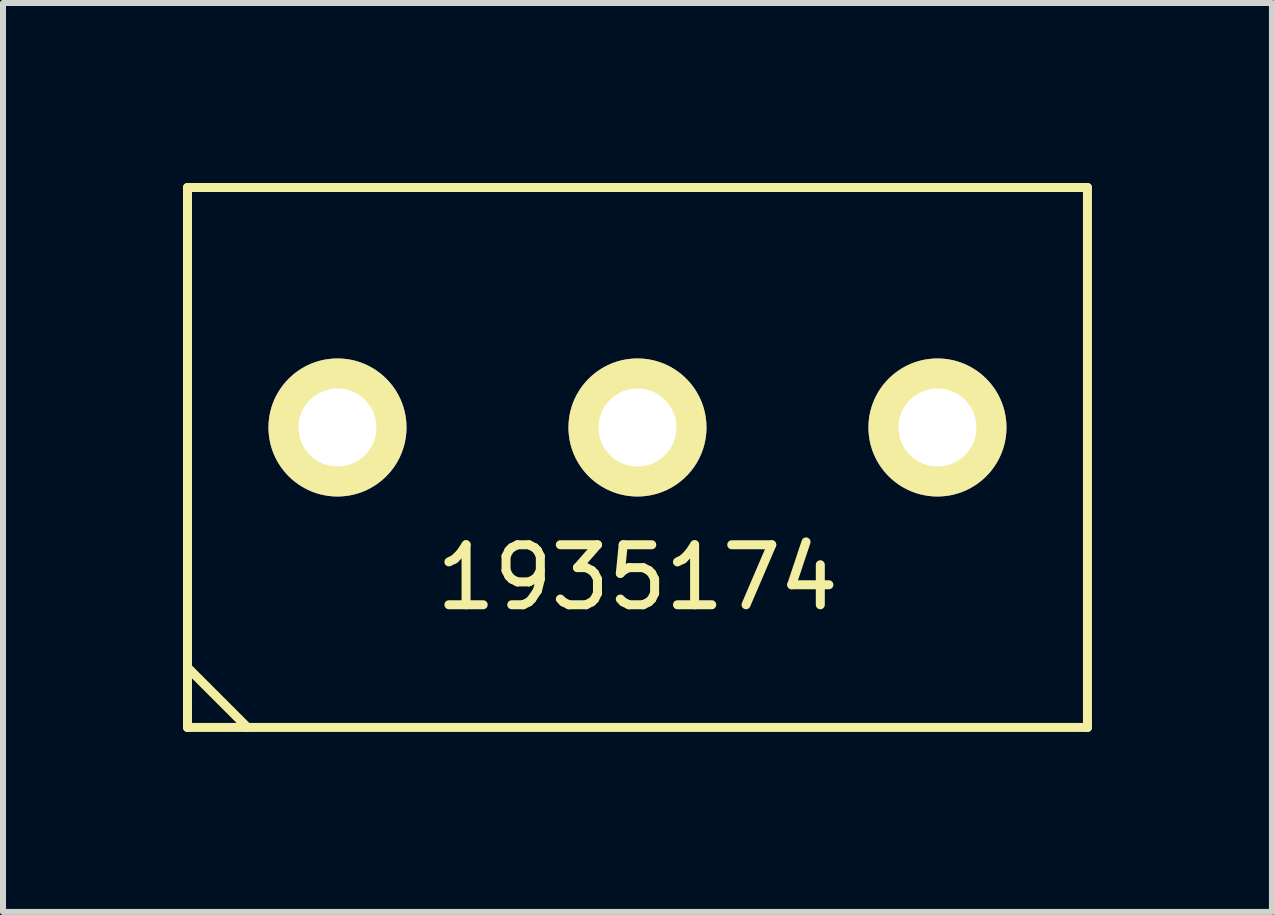
<source format=kicad_pcb>
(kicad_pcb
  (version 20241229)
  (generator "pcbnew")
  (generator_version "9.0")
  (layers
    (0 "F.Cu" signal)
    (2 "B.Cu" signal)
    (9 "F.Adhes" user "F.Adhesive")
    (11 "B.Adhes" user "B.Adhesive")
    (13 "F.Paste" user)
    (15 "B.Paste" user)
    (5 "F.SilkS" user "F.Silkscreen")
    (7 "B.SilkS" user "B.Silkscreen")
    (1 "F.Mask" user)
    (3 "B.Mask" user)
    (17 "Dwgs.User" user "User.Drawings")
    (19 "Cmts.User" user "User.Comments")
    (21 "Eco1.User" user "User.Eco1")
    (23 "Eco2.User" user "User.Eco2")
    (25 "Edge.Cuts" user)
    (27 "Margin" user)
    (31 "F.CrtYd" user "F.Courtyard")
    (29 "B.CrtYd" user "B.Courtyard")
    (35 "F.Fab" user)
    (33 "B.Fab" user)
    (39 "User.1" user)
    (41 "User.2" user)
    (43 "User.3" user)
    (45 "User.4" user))
  (footprint "1935174"
    (layer "F.Cu")
    (at 7.575 4.075)
    (property "Reference" "1935174" (at 0 2.5 0) (layer "F.SilkS") (effects (font (size 1 1) (thickness 0.15))))
    (attr through_hole)
    (fp_line (start -7.5 -4) (end -7.5 5) (stroke (width 0.15) (type solid)) (layer "F.SilkS"))
    (fp_line (start -7.5 -4) (end 7.5 -4) (stroke (width 0.15) (type solid)) (layer "F.SilkS"))
    (fp_line (start -7.5 4) (end -6.5 5) (stroke (width 0.15) (type solid)) (layer "F.SilkS"))
    (fp_line (start -7.5 5) (end 7.5 5) (stroke (width 0.15) (type solid)) (layer "F.SilkS"))
    (fp_line (start 7.5 -4) (end 7.5 5) (stroke (width 0.15) (type solid)) (layer "F.SilkS"))
    (pad "1" thru_hole circle (at -5 0) (size 2.3 2.3) (drill 1.3) (layers "*.Cu" "*.Mask" "F.SilkS"))
    (pad "2" thru_hole circle (at 0 0) (size 2.3 2.3) (drill 1.3) (layers "*.Cu" "*.Mask" "F.SilkS"))
    (pad "3" thru_hole circle (at 5 0) (size 2.3 2.3) (drill 1.3) (layers "*.Cu" "*.Mask" "F.SilkS")))
  (gr_rect
    (start -3 -3)
    (end 18.15 12.15)
    (stroke (width 0.1) (type default))
    (fill no)
    (layer "Edge.Cuts")))
</source>
